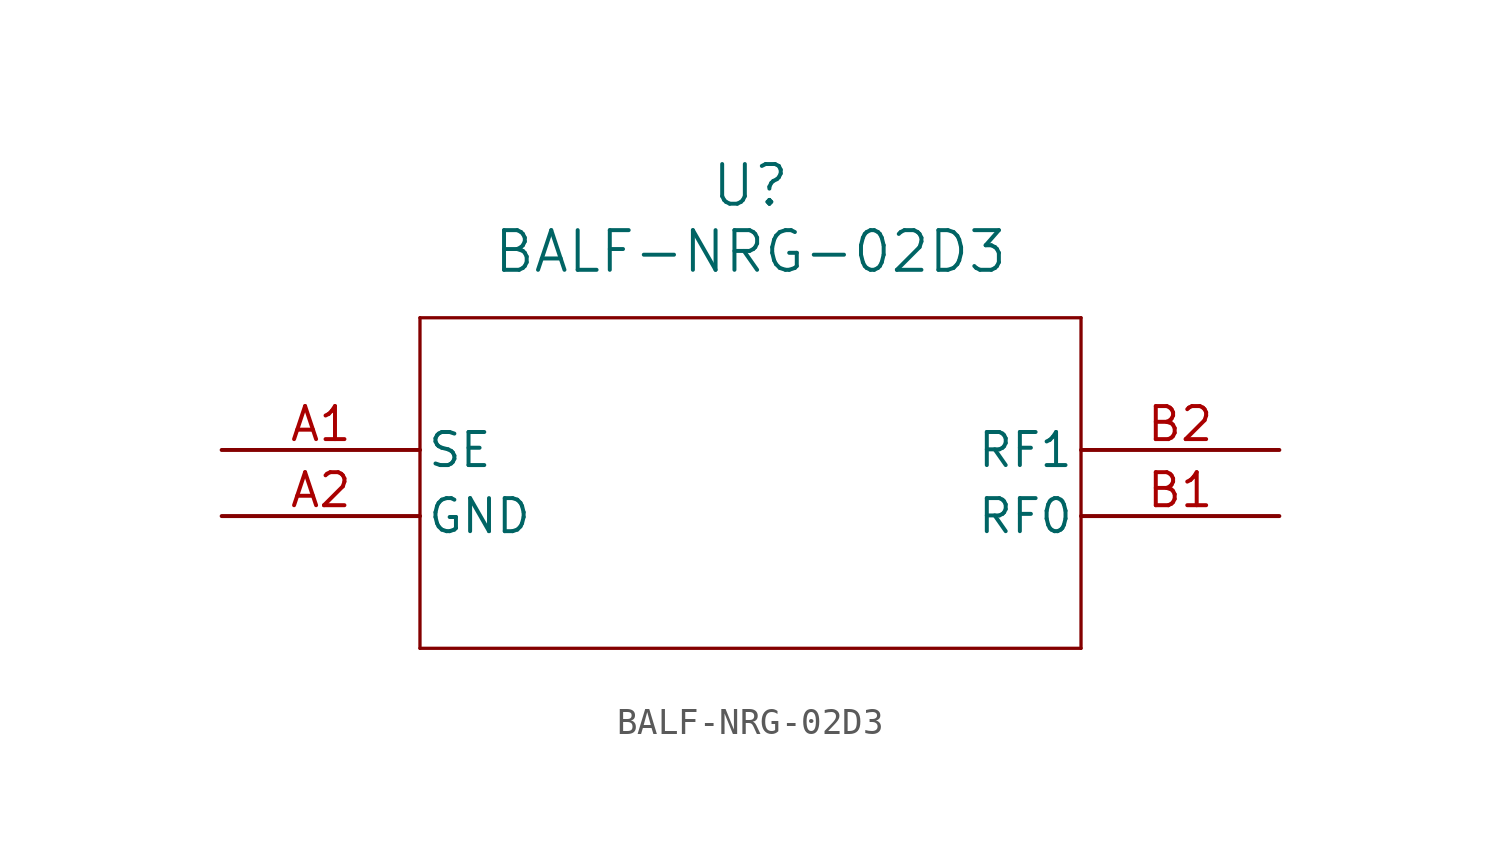
<source format=kicad_sym>
(kicad_symbol_lib
  (version 20211014)
  (generator kicad_symbol_editor)
  (symbol "BALF-NRG-02D3"
    (pin_names
      (offset 0.254))
    (property "Reference" "U"
      (at 20.32 10.16 0)
      (effects (font (size 1.524 1.524))))
    (property "Value" "BALF-NRG-02D3"
      (at 20.32 7.62 0)
      (effects (font (size 1.524 1.524))))
    (symbol "BALF-NRG-02D3_0_1"
      (polyline (pts (xy 7.62 5.08) (xy 7.62 -7.62)) (stroke (width .127) (type default) (color 0 0 0 0)) (fill (type none)))
      (polyline (pts (xy 7.62 -7.62) (xy 33.02 -7.62)) (stroke (width .127) (type default) (color 0 0 0 0)) (fill (type none)))
      (polyline (pts (xy 33.02 -7.62) (xy 33.02 5.08)) (stroke (width .127) (type default) (color 0 0 0 0)) (fill (type none)))
      (polyline (pts (xy 33.02 5.08) (xy 7.62 5.08)) (stroke (width .127) (type default) (color 0 0 0 0)) (fill (type none)))
      (pin unspecified line (at 0 0 0) (length 7.62) (name "SE" (effects (font (size 1.27 1.27)))) (number "A1" (effects (font (size 1.27 1.27)))))
      (pin power_out line (at 0 -2.54 0) (length 7.62) (name "GND" (effects (font (size 1.27 1.27)))) (number "A2" (effects (font (size 1.27 1.27)))))
      (pin bidirectional line (at 40.64 -2.54 180) (length 7.62) (name "RF0" (effects (font (size 1.27 1.27)))) (number "B1" (effects (font (size 1.27 1.27)))))
      (pin bidirectional line (at 40.64 0 180) (length 7.62) (name "RF1" (effects (font (size 1.27 1.27)))) (number "B2" (effects (font (size 1.27 1.27))))))))
</source>
